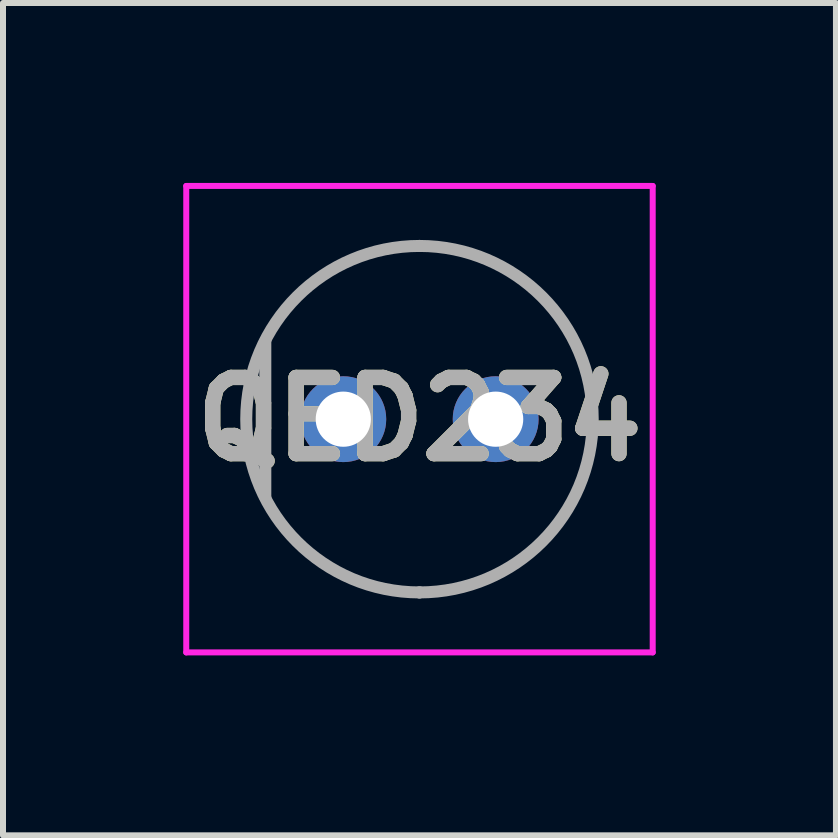
<source format=kicad_pcb>
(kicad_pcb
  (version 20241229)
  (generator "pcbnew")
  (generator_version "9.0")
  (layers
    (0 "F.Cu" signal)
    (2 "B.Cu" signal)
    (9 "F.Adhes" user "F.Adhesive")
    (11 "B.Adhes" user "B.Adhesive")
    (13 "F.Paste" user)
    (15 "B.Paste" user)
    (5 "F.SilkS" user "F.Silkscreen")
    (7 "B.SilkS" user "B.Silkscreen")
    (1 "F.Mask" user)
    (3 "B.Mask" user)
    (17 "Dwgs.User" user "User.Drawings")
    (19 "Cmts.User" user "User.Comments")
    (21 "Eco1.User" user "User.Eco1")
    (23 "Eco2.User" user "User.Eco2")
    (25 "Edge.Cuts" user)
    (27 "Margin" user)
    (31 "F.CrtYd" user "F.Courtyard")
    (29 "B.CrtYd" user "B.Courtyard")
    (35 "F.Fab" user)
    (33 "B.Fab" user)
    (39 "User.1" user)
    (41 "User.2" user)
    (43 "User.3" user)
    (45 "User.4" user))
  (footprint "QED234"
    (layer "F.Cu")
    (at 2.673 3.938)
    (property "Reference" "QED234" (at 1.27 0 0) (layer "F.SilkS") (effects (font (size 1.27 1.27) (thickness 0.254))))
    (attr through_hole)
    (fp_line (start -1.3 -1.3) (end -1.3 1.4) (stroke (width 0.1) (type solid)) (layer "F.SilkS"))
    (fp_line (start 1.27 -2.888) (end 1.27 -2.888) (stroke (width 0.1) (type solid)) (layer "F.SilkS"))
    (fp_line (start 1.27 2.888) (end 1.27 2.888) (stroke (width 0.1) (type solid)) (layer "F.SilkS"))
    (fp_arc (start 1.27 -2.888) (mid 4.158 0) (end 1.27 2.888) (stroke (width 0.1) (type solid)) (layer "F.SilkS"))
    (fp_arc (start 1.27 2.888) (mid -1.618 0) (end 1.27 -2.888) (stroke (width 0.1) (type solid)) (layer "F.SilkS"))
    (fp_line (start -2.618 -3.888) (end 5.158 -3.888) (stroke (width 0.1) (type solid)) (layer "F.CrtYd"))
    (fp_line (start -2.618 3.888) (end -2.618 -3.888) (stroke (width 0.1) (type solid)) (layer "F.CrtYd"))
    (fp_line (start 5.158 -3.888) (end 5.158 3.888) (stroke (width 0.1) (type solid)) (layer "F.CrtYd"))
    (fp_line (start 5.158 3.888) (end -2.618 3.888) (stroke (width 0.1) (type solid)) (layer "F.CrtYd"))
    (fp_line (start -1.3 1.3) (end -1.3 -1.3) (stroke (width 0.2) (type solid)) (layer "F.Fab"))
    (fp_line (start 1.27 -2.888) (end 1.27 -2.888) (stroke (width 0.2) (type solid)) (layer "F.Fab"))
    (fp_line (start 1.27 2.888) (end 1.27 2.888) (stroke (width 0.2) (type solid)) (layer "F.Fab"))
    (fp_arc (start 1.27 -2.888) (mid 4.158 0) (end 1.27 2.888) (stroke (width 0.2) (type solid)) (layer "F.Fab"))
    (fp_arc (start 1.27 2.888) (mid -1.618 0) (end 1.27 -2.888) (stroke (width 0.2) (type solid)) (layer "F.Fab"))
    (fp_text user "${REFERENCE}" (at 1.27 0 0) (layer "F.Fab") (effects (font (size 1.27 1.27) (thickness 0.254))))
    (pad "1" thru_hole circle (at 0 0) (size 1.431 1.431) (drill 0.92) (layers "*.Cu" "*.Mask"))
    (pad "2" thru_hole circle (at 2.54 0) (size 1.431 1.431) (drill 0.92) (layers "*.Cu" "*.Mask")))
  (gr_rect
    (start -3 -3)
    (end 10.886 10.876)
    (stroke (width 0.1) (type default))
    (fill no)
    (layer "Edge.Cuts")))
</source>
